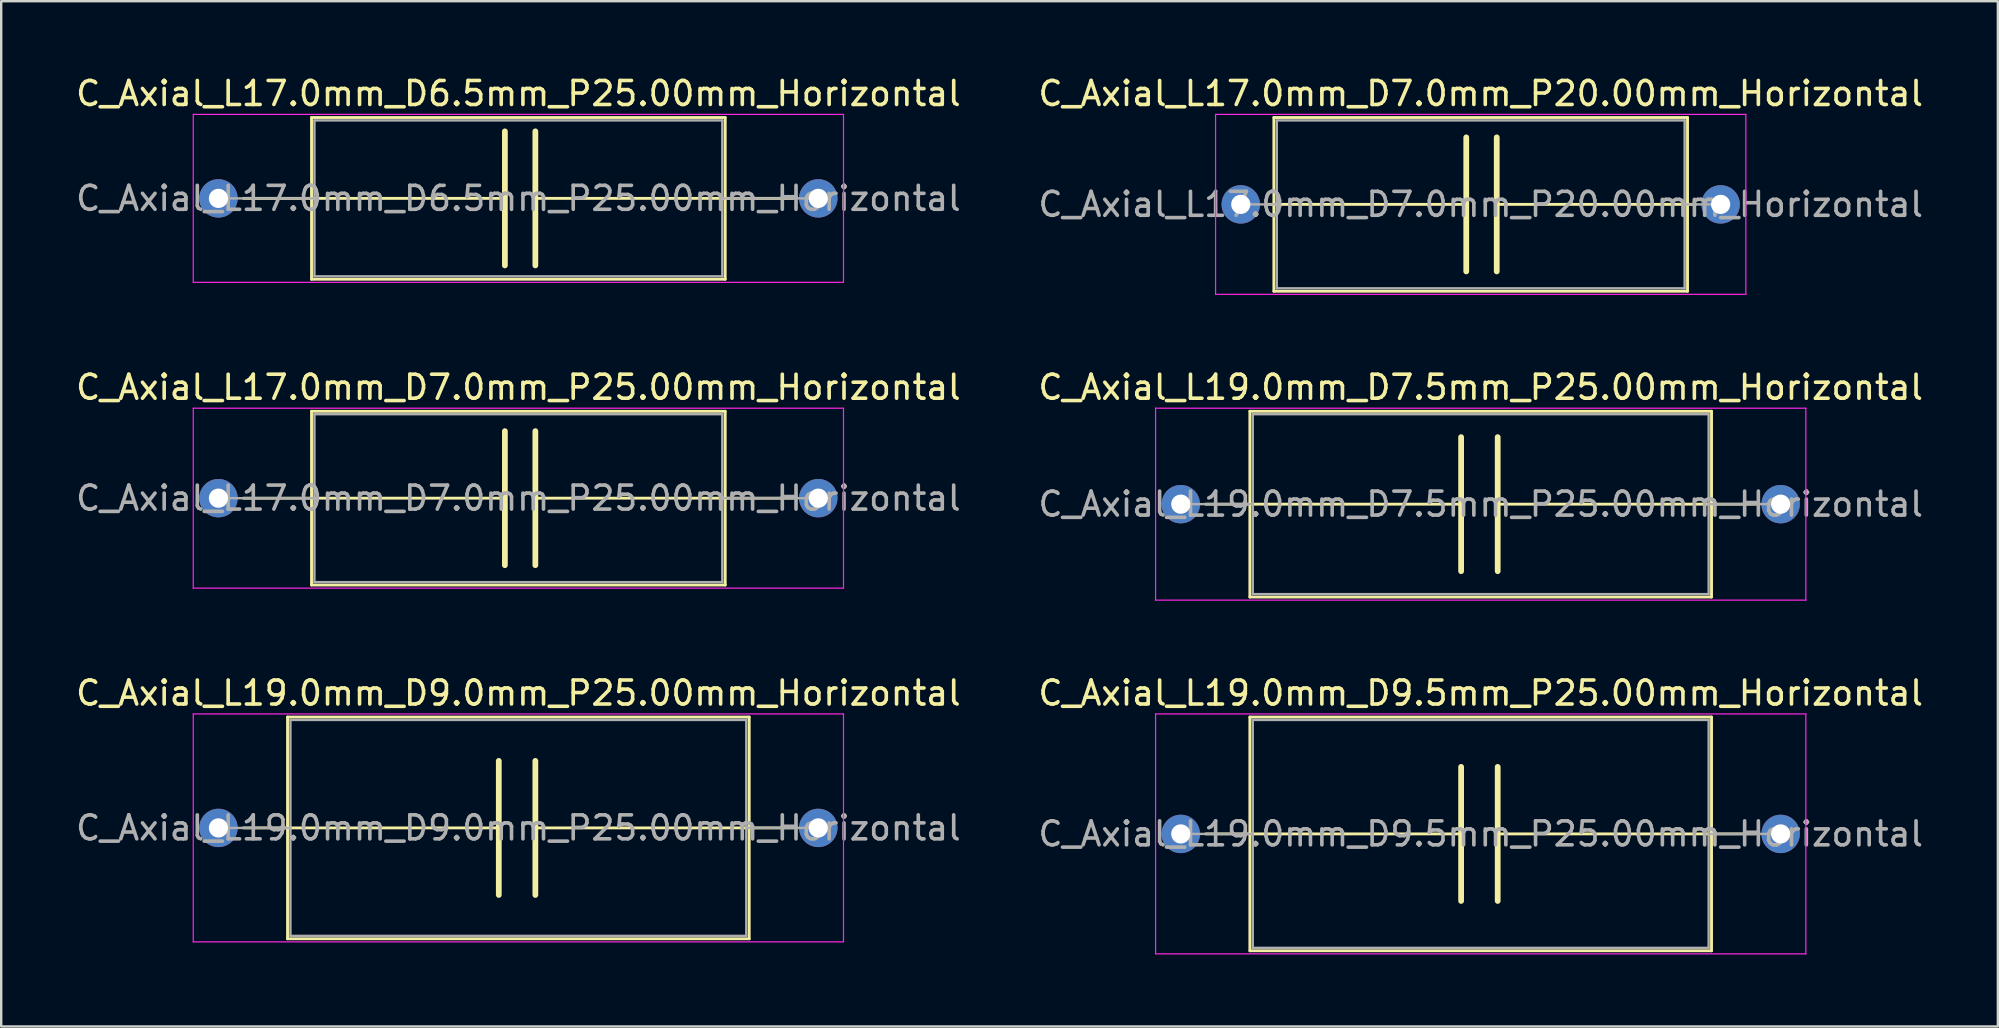
<source format=kicad_pcb>
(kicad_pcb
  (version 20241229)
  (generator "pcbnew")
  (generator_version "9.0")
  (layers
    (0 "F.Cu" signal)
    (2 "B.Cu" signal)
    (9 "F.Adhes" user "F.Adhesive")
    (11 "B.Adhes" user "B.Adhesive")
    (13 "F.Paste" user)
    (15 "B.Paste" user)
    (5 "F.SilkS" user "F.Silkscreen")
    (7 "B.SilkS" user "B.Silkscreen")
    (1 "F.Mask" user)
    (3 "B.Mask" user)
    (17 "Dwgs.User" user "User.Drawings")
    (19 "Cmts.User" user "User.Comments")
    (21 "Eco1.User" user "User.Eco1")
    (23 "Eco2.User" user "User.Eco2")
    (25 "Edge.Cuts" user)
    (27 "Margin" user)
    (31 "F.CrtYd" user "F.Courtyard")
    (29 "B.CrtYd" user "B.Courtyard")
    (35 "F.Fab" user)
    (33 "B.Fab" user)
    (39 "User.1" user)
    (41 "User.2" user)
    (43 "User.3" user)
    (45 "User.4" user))
  (footprint "C_Axial_L19.0mm_D9.5mm_P25.00mm_Horizontal"
    (layer "F.Cu")
    (at 46.161 31.705)
    (property "Reference" "C_Axial_L19.0mm_D9.5mm_P25.00mm_Horizontal" (at 12.5 -5.87 0) (layer "F.SilkS") (effects (font (size 1 1) (thickness 0.15))))
    (attr through_hole)
    (fp_line (start 1.04 0) (end 2.88 0) (stroke (width 0.12) (type solid)) (layer "F.SilkS"))
    (fp_line (start 2.88 -4.87) (end 2.88 4.87) (stroke (width 0.12) (type solid)) (layer "F.SilkS"))
    (fp_line (start 2.88 0) (end 11.684 0) (stroke (width 0.12) (type solid)) (layer "F.SilkS"))
    (fp_line (start 2.88 4.87) (end 22.12 4.87) (stroke (width 0.12) (type solid)) (layer "F.SilkS"))
    (fp_line (start 11.684 -2.794) (end 11.684 2.794) (stroke (width 0.24) (type solid)) (layer "F.SilkS"))
    (fp_line (start 13.208 2.794) (end 13.208 -2.794) (stroke (width 0.24) (type solid)) (layer "F.SilkS"))
    (fp_line (start 22.12 -4.87) (end 2.88 -4.87) (stroke (width 0.12) (type solid)) (layer "F.SilkS"))
    (fp_line (start 22.12 0) (end 13.208 0) (stroke (width 0.12) (type solid)) (layer "F.SilkS"))
    (fp_line (start 22.12 4.87) (end 22.12 -4.87) (stroke (width 0.12) (type solid)) (layer "F.SilkS"))
    (fp_line (start 23.96 0) (end 22.12 0) (stroke (width 0.12) (type solid)) (layer "F.SilkS"))
    (fp_line (start -1.05 -5) (end -1.05 5) (stroke (width 0.05) (type solid)) (layer "F.CrtYd"))
    (fp_line (start -1.05 5) (end 26.05 5) (stroke (width 0.05) (type solid)) (layer "F.CrtYd"))
    (fp_line (start 26.05 -5) (end -1.05 -5) (stroke (width 0.05) (type solid)) (layer "F.CrtYd"))
    (fp_line (start 26.05 5) (end 26.05 -5) (stroke (width 0.05) (type solid)) (layer "F.CrtYd"))
    (fp_line (start 0 0) (end 3 0) (stroke (width 0.1) (type solid)) (layer "F.Fab"))
    (fp_line (start 3 -4.75) (end 3 4.75) (stroke (width 0.1) (type solid)) (layer "F.Fab"))
    (fp_line (start 3 4.75) (end 22 4.75) (stroke (width 0.1) (type solid)) (layer "F.Fab"))
    (fp_line (start 22 -4.75) (end 3 -4.75) (stroke (width 0.1) (type solid)) (layer "F.Fab"))
    (fp_line (start 22 4.75) (end 22 -4.75) (stroke (width 0.1) (type solid)) (layer "F.Fab"))
    (fp_line (start 25 0) (end 22 0) (stroke (width 0.1) (type solid)) (layer "F.Fab"))
    (fp_text user "${REFERENCE}" (at 12.5 0 0) (layer "F.Fab") (effects (font (size 1 1) (thickness 0.15))))
    (pad "1" thru_hole circle (at 0 0) (size 1.6 1.6) (drill 0.8) (layers "*.Cu" "*.Mask"))
    (pad "2" thru_hole oval (at 25 0) (size 1.6 1.6) (drill 0.8) (layers "*.Cu" "*.Mask")))
  (footprint "C_Axial_L19.0mm_D9.0mm_P25.00mm_Horizontal"
    (layer "F.Cu")
    (at 6.054 31.455)
    (property "Reference" "C_Axial_L19.0mm_D9.0mm_P25.00mm_Horizontal" (at 12.5 -5.62 0) (layer "F.SilkS") (effects (font (size 1 1) (thickness 0.15))))
    (attr through_hole)
    (fp_line (start 1.04 0) (end 2.88 0) (stroke (width 0.12) (type solid)) (layer "F.SilkS"))
    (fp_line (start 2.88 -4.62) (end 2.88 4.62) (stroke (width 0.12) (type solid)) (layer "F.SilkS"))
    (fp_line (start 2.88 0) (end 11.684 0) (stroke (width 0.12) (type solid)) (layer "F.SilkS"))
    (fp_line (start 2.88 4.62) (end 22.12 4.62) (stroke (width 0.12) (type solid)) (layer "F.SilkS"))
    (fp_line (start 11.684 -2.794) (end 11.684 2.794) (stroke (width 0.24) (type solid)) (layer "F.SilkS"))
    (fp_line (start 13.208 2.794) (end 13.208 -2.794) (stroke (width 0.24) (type solid)) (layer "F.SilkS"))
    (fp_line (start 22.12 -4.62) (end 2.88 -4.62) (stroke (width 0.12) (type solid)) (layer "F.SilkS"))
    (fp_line (start 22.12 0) (end 13.208 0) (stroke (width 0.12) (type solid)) (layer "F.SilkS"))
    (fp_line (start 22.12 4.62) (end 22.12 -4.62) (stroke (width 0.12) (type solid)) (layer "F.SilkS"))
    (fp_line (start 23.96 0) (end 22.12 0) (stroke (width 0.12) (type solid)) (layer "F.SilkS"))
    (fp_line (start -1.05 -4.75) (end -1.05 4.75) (stroke (width 0.05) (type solid)) (layer "F.CrtYd"))
    (fp_line (start -1.05 4.75) (end 26.05 4.75) (stroke (width 0.05) (type solid)) (layer "F.CrtYd"))
    (fp_line (start 26.05 -4.75) (end -1.05 -4.75) (stroke (width 0.05) (type solid)) (layer "F.CrtYd"))
    (fp_line (start 26.05 4.75) (end 26.05 -4.75) (stroke (width 0.05) (type solid)) (layer "F.CrtYd"))
    (fp_line (start 0 0) (end 3 0) (stroke (width 0.1) (type solid)) (layer "F.Fab"))
    (fp_line (start 3 -4.5) (end 3 4.5) (stroke (width 0.1) (type solid)) (layer "F.Fab"))
    (fp_line (start 3 4.5) (end 22 4.5) (stroke (width 0.1) (type solid)) (layer "F.Fab"))
    (fp_line (start 22 -4.5) (end 3 -4.5) (stroke (width 0.1) (type solid)) (layer "F.Fab"))
    (fp_line (start 22 4.5) (end 22 -4.5) (stroke (width 0.1) (type solid)) (layer "F.Fab"))
    (fp_line (start 25 0) (end 22 0) (stroke (width 0.1) (type solid)) (layer "F.Fab"))
    (fp_text user "${REFERENCE}" (at 12.5 0 0) (layer "F.Fab") (effects (font (size 1 1) (thickness 0.15))))
    (pad "1" thru_hole circle (at 0 0) (size 1.6 1.6) (drill 0.8) (layers "*.Cu" "*.Mask"))
    (pad "2" thru_hole oval (at 25 0) (size 1.6 1.6) (drill 0.8) (layers "*.Cu" "*.Mask")))
  (footprint "C_Axial_L17.0mm_D6.5mm_P25.00mm_Horizontal"
    (layer "F.Cu")
    (at 6.054 5.218)
    (property "Reference" "C_Axial_L17.0mm_D6.5mm_P25.00mm_Horizontal" (at 12.5 -4.37 0) (layer "F.SilkS") (effects (font (size 1 1) (thickness 0.15))))
    (attr through_hole)
    (fp_line (start 1.04 0) (end 3.88 0) (stroke (width 0.12) (type solid)) (layer "F.SilkS"))
    (fp_line (start 3.88 -3.37) (end 3.88 3.37) (stroke (width 0.12) (type solid)) (layer "F.SilkS"))
    (fp_line (start 3.88 0) (end 11.938 0) (stroke (width 0.12) (type solid)) (layer "F.SilkS"))
    (fp_line (start 3.88 3.37) (end 21.12 3.37) (stroke (width 0.12) (type solid)) (layer "F.SilkS"))
    (fp_line (start 11.938 -2.794) (end 11.938 2.794) (stroke (width 0.24) (type solid)) (layer "F.SilkS"))
    (fp_line (start 13.208 2.794) (end 13.208 -2.794) (stroke (width 0.24) (type solid)) (layer "F.SilkS"))
    (fp_line (start 21.12 -3.37) (end 3.88 -3.37) (stroke (width 0.12) (type solid)) (layer "F.SilkS"))
    (fp_line (start 21.12 0) (end 13.208 0) (stroke (width 0.12) (type solid)) (layer "F.SilkS"))
    (fp_line (start 21.12 3.37) (end 21.12 -3.37) (stroke (width 0.12) (type solid)) (layer "F.SilkS"))
    (fp_line (start 23.96 0) (end 21.12 0) (stroke (width 0.12) (type solid)) (layer "F.SilkS"))
    (fp_line (start -1.05 -3.5) (end -1.05 3.5) (stroke (width 0.05) (type solid)) (layer "F.CrtYd"))
    (fp_line (start -1.05 3.5) (end 26.05 3.5) (stroke (width 0.05) (type solid)) (layer "F.CrtYd"))
    (fp_line (start 26.05 -3.5) (end -1.05 -3.5) (stroke (width 0.05) (type solid)) (layer "F.CrtYd"))
    (fp_line (start 26.05 3.5) (end 26.05 -3.5) (stroke (width 0.05) (type solid)) (layer "F.CrtYd"))
    (fp_line (start 0 0) (end 4 0) (stroke (width 0.1) (type solid)) (layer "F.Fab"))
    (fp_line (start 4 -3.25) (end 4 3.25) (stroke (width 0.1) (type solid)) (layer "F.Fab"))
    (fp_line (start 4 3.25) (end 21 3.25) (stroke (width 0.1) (type solid)) (layer "F.Fab"))
    (fp_line (start 21 -3.25) (end 4 -3.25) (stroke (width 0.1) (type solid)) (layer "F.Fab"))
    (fp_line (start 21 3.25) (end 21 -3.25) (stroke (width 0.1) (type solid)) (layer "F.Fab"))
    (fp_line (start 25 0) (end 21 0) (stroke (width 0.1) (type solid)) (layer "F.Fab"))
    (fp_text user "${REFERENCE}" (at 12.5 0 0) (layer "F.Fab") (effects (font (size 1 1) (thickness 0.15))))
    (pad "1" thru_hole circle (at 0 0) (size 1.6 1.6) (drill 0.8) (layers "*.Cu" "*.Mask"))
    (pad "2" thru_hole oval (at 25 0) (size 1.6 1.6) (drill 0.8) (layers "*.Cu" "*.Mask")))
  (footprint "C_Axial_L19.0mm_D7.5mm_P25.00mm_Horizontal"
    (layer "F.Cu")
    (at 46.161 17.962)
    (property "Reference" "C_Axial_L19.0mm_D7.5mm_P25.00mm_Horizontal" (at 12.5 -4.87 0) (layer "F.SilkS") (effects (font (size 1 1) (thickness 0.15))))
    (attr through_hole)
    (fp_line (start 1.04 0) (end 2.88 0) (stroke (width 0.12) (type solid)) (layer "F.SilkS"))
    (fp_line (start 2.88 -3.87) (end 2.88 3.87) (stroke (width 0.12) (type solid)) (layer "F.SilkS"))
    (fp_line (start 2.88 0) (end 11.684 0) (stroke (width 0.12) (type solid)) (layer "F.SilkS"))
    (fp_line (start 2.88 3.87) (end 22.12 3.87) (stroke (width 0.12) (type solid)) (layer "F.SilkS"))
    (fp_line (start 11.684 -2.794) (end 11.684 2.794) (stroke (width 0.24) (type solid)) (layer "F.SilkS"))
    (fp_line (start 13.208 2.794) (end 13.208 -2.794) (stroke (width 0.24) (type solid)) (layer "F.SilkS"))
    (fp_line (start 22.12 -3.87) (end 2.88 -3.87) (stroke (width 0.12) (type solid)) (layer "F.SilkS"))
    (fp_line (start 22.12 0) (end 13.208 0) (stroke (width 0.12) (type solid)) (layer "F.SilkS"))
    (fp_line (start 22.12 3.87) (end 22.12 -3.87) (stroke (width 0.12) (type solid)) (layer "F.SilkS"))
    (fp_line (start 23.96 0) (end 22.12 0) (stroke (width 0.12) (type solid)) (layer "F.SilkS"))
    (fp_line (start -1.05 -4) (end -1.05 4) (stroke (width 0.05) (type solid)) (layer "F.CrtYd"))
    (fp_line (start -1.05 4) (end 26.05 4) (stroke (width 0.05) (type solid)) (layer "F.CrtYd"))
    (fp_line (start 26.05 -4) (end -1.05 -4) (stroke (width 0.05) (type solid)) (layer "F.CrtYd"))
    (fp_line (start 26.05 4) (end 26.05 -4) (stroke (width 0.05) (type solid)) (layer "F.CrtYd"))
    (fp_line (start 0 0) (end 3 0) (stroke (width 0.1) (type solid)) (layer "F.Fab"))
    (fp_line (start 3 -3.75) (end 3 3.75) (stroke (width 0.1) (type solid)) (layer "F.Fab"))
    (fp_line (start 3 3.75) (end 22 3.75) (stroke (width 0.1) (type solid)) (layer "F.Fab"))
    (fp_line (start 22 -3.75) (end 3 -3.75) (stroke (width 0.1) (type solid)) (layer "F.Fab"))
    (fp_line (start 22 3.75) (end 22 -3.75) (stroke (width 0.1) (type solid)) (layer "F.Fab"))
    (fp_line (start 25 0) (end 22 0) (stroke (width 0.1) (type solid)) (layer "F.Fab"))
    (fp_text user "${REFERENCE}" (at 12.5 0 0) (layer "F.Fab") (effects (font (size 1 1) (thickness 0.15))))
    (pad "1" thru_hole circle (at 0 0) (size 1.6 1.6) (drill 0.8) (layers "*.Cu" "*.Mask"))
    (pad "2" thru_hole oval (at 25 0) (size 1.6 1.6) (drill 0.8) (layers "*.Cu" "*.Mask")))
  (footprint "C_Axial_L17.0mm_D7.0mm_P25.00mm_Horizontal"
    (layer "F.Cu")
    (at 6.054 17.712)
    (property "Reference" "C_Axial_L17.0mm_D7.0mm_P25.00mm_Horizontal" (at 12.5 -4.62 0) (layer "F.SilkS") (effects (font (size 1 1) (thickness 0.15))))
    (attr through_hole)
    (fp_line (start 1.04 0) (end 3.88 0) (stroke (width 0.12) (type solid)) (layer "F.SilkS"))
    (fp_line (start 3.88 -3.62) (end 3.88 3.62) (stroke (width 0.12) (type solid)) (layer "F.SilkS"))
    (fp_line (start 3.88 0) (end 11.938 0) (stroke (width 0.12) (type solid)) (layer "F.SilkS"))
    (fp_line (start 3.88 3.62) (end 21.12 3.62) (stroke (width 0.12) (type solid)) (layer "F.SilkS"))
    (fp_line (start 11.938 -2.794) (end 11.938 2.794) (stroke (width 0.24) (type solid)) (layer "F.SilkS"))
    (fp_line (start 13.208 2.794) (end 13.208 -2.794) (stroke (width 0.24) (type solid)) (layer "F.SilkS"))
    (fp_line (start 21.12 -3.62) (end 3.88 -3.62) (stroke (width 0.12) (type solid)) (layer "F.SilkS"))
    (fp_line (start 21.12 0) (end 13.208 0) (stroke (width 0.12) (type solid)) (layer "F.SilkS"))
    (fp_line (start 21.12 3.62) (end 21.12 -3.62) (stroke (width 0.12) (type solid)) (layer "F.SilkS"))
    (fp_line (start 23.96 0) (end 21.12 0) (stroke (width 0.12) (type solid)) (layer "F.SilkS"))
    (fp_line (start -1.05 -3.75) (end -1.05 3.75) (stroke (width 0.05) (type solid)) (layer "F.CrtYd"))
    (fp_line (start -1.05 3.75) (end 26.05 3.75) (stroke (width 0.05) (type solid)) (layer "F.CrtYd"))
    (fp_line (start 26.05 -3.75) (end -1.05 -3.75) (stroke (width 0.05) (type solid)) (layer "F.CrtYd"))
    (fp_line (start 26.05 3.75) (end 26.05 -3.75) (stroke (width 0.05) (type solid)) (layer "F.CrtYd"))
    (fp_line (start 0 0) (end 4 0) (stroke (width 0.1) (type solid)) (layer "F.Fab"))
    (fp_line (start 4 -3.5) (end 4 3.5) (stroke (width 0.1) (type solid)) (layer "F.Fab"))
    (fp_line (start 4 3.5) (end 21 3.5) (stroke (width 0.1) (type solid)) (layer "F.Fab"))
    (fp_line (start 21 -3.5) (end 4 -3.5) (stroke (width 0.1) (type solid)) (layer "F.Fab"))
    (fp_line (start 21 3.5) (end 21 -3.5) (stroke (width 0.1) (type solid)) (layer "F.Fab"))
    (fp_line (start 25 0) (end 21 0) (stroke (width 0.1) (type solid)) (layer "F.Fab"))
    (fp_text user "${REFERENCE}" (at 12.5 0 0) (layer "F.Fab") (effects (font (size 1 1) (thickness 0.15))))
    (pad "1" thru_hole circle (at 0 0) (size 1.6 1.6) (drill 0.8) (layers "*.Cu" "*.Mask"))
    (pad "2" thru_hole oval (at 25 0) (size 1.6 1.6) (drill 0.8) (layers "*.Cu" "*.Mask")))
  (footprint "C_Axial_L17.0mm_D7.0mm_P20.00mm_Horizontal"
    (layer "F.Cu")
    (at 48.661 5.468)
    (property "Reference" "C_Axial_L17.0mm_D7.0mm_P20.00mm_Horizontal" (at 10 -4.62 0) (layer "F.SilkS") (effects (font (size 1 1) (thickness 0.15))))
    (attr through_hole)
    (fp_line (start 1.04 0) (end 1.38 0) (stroke (width 0.12) (type solid)) (layer "F.SilkS"))
    (fp_line (start 1.38 -3.62) (end 1.38 3.62) (stroke (width 0.12) (type solid)) (layer "F.SilkS"))
    (fp_line (start 1.38 0) (end 9.398 0) (stroke (width 0.12) (type solid)) (layer "F.SilkS"))
    (fp_line (start 1.38 3.62) (end 18.62 3.62) (stroke (width 0.12) (type solid)) (layer "F.SilkS"))
    (fp_line (start 9.398 -2.794) (end 9.398 2.794) (stroke (width 0.24) (type solid)) (layer "F.SilkS"))
    (fp_line (start 10.668 2.794) (end 10.668 -2.794) (stroke (width 0.24) (type solid)) (layer "F.SilkS"))
    (fp_line (start 18.62 -3.62) (end 1.38 -3.62) (stroke (width 0.12) (type solid)) (layer "F.SilkS"))
    (fp_line (start 18.62 0) (end 10.668 0) (stroke (width 0.12) (type solid)) (layer "F.SilkS"))
    (fp_line (start 18.62 3.62) (end 18.62 -3.62) (stroke (width 0.12) (type solid)) (layer "F.SilkS"))
    (fp_line (start 18.96 0) (end 18.62 0) (stroke (width 0.12) (type solid)) (layer "F.SilkS"))
    (fp_line (start -1.05 -3.75) (end -1.05 3.75) (stroke (width 0.05) (type solid)) (layer "F.CrtYd"))
    (fp_line (start -1.05 3.75) (end 21.05 3.75) (stroke (width 0.05) (type solid)) (layer "F.CrtYd"))
    (fp_line (start 21.05 -3.75) (end -1.05 -3.75) (stroke (width 0.05) (type solid)) (layer "F.CrtYd"))
    (fp_line (start 21.05 3.75) (end 21.05 -3.75) (stroke (width 0.05) (type solid)) (layer "F.CrtYd"))
    (fp_line (start 0 0) (end 1.5 0) (stroke (width 0.1) (type solid)) (layer "F.Fab"))
    (fp_line (start 1.5 -3.5) (end 1.5 3.5) (stroke (width 0.1) (type solid)) (layer "F.Fab"))
    (fp_line (start 1.5 3.5) (end 18.5 3.5) (stroke (width 0.1) (type solid)) (layer "F.Fab"))
    (fp_line (start 18.5 -3.5) (end 1.5 -3.5) (stroke (width 0.1) (type solid)) (layer "F.Fab"))
    (fp_line (start 18.5 3.5) (end 18.5 -3.5) (stroke (width 0.1) (type solid)) (layer "F.Fab"))
    (fp_line (start 20 0) (end 18.5 0) (stroke (width 0.1) (type solid)) (layer "F.Fab"))
    (fp_text user "${REFERENCE}" (at 10 0 0) (layer "F.Fab") (effects (font (size 1 1) (thickness 0.15))))
    (pad "1" thru_hole circle (at 0 0) (size 1.6 1.6) (drill 0.8) (layers "*.Cu" "*.Mask"))
    (pad "2" thru_hole oval (at 20 0) (size 1.6 1.6) (drill 0.8) (layers "*.Cu" "*.Mask")))
  (gr_rect
    (start -3 -3)
    (end 80.214 39.73)
    (stroke (width 0.1) (type default))
    (fill no)
    (layer "Edge.Cuts")))
</source>
